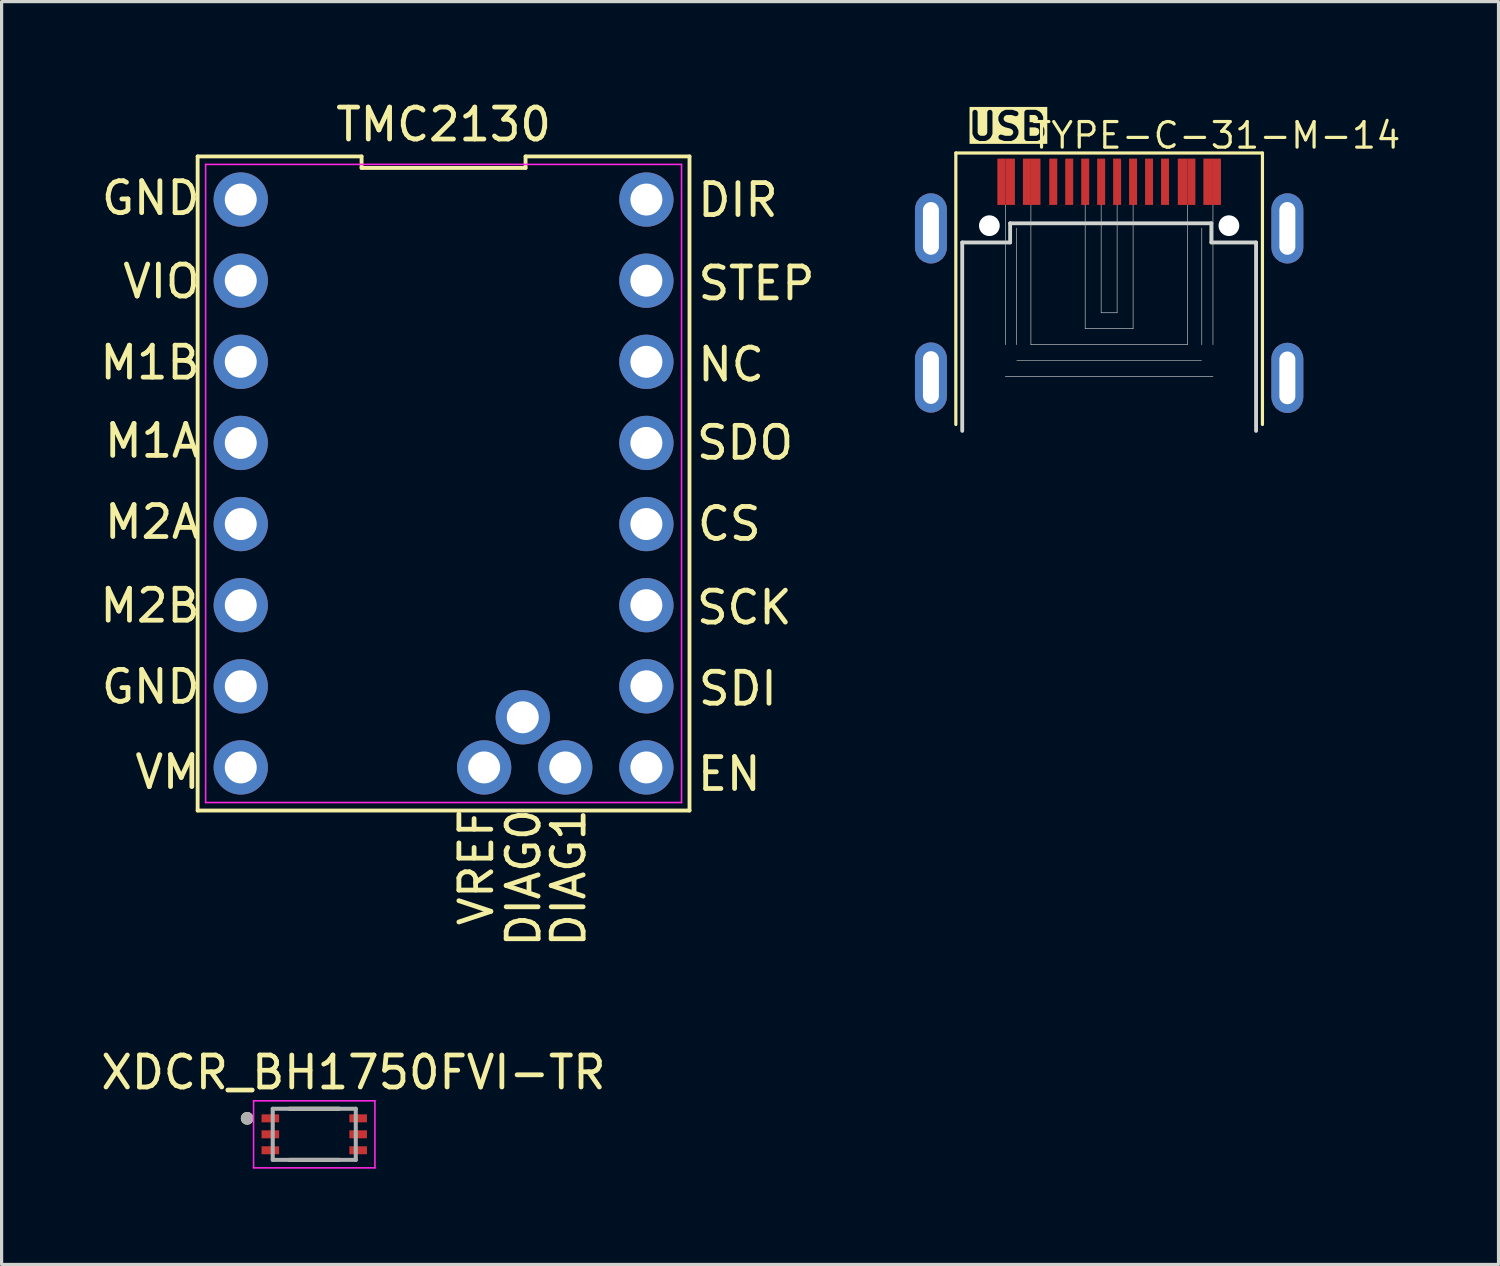
<source format=kicad_pcb>
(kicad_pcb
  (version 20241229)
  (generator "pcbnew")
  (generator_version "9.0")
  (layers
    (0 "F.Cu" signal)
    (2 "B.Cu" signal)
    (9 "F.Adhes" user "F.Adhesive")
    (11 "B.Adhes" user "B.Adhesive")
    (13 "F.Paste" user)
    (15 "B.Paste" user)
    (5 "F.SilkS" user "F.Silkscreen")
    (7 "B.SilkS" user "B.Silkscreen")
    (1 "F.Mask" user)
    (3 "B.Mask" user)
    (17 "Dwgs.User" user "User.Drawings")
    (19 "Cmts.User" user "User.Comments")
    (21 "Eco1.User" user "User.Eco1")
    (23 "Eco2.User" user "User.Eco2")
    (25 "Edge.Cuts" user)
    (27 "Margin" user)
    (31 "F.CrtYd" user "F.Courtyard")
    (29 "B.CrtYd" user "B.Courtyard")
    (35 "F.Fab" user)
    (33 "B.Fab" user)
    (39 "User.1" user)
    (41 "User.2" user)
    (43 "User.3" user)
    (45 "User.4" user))
  (footprint "TMC2130"
    (layer "F.Cu")
    (at 11.648 11.278)
    (property "Reference" "TMC2130" (at -0.81 -10.43 0) (layer "F.SilkS") (effects (font (size 1 1) (thickness 0.15))))
    (fp_line (start -8.51 11.05) (end 6.89 11.05) (stroke (width 0.12) (type default)) (layer "F.SilkS"))
    (fp_line (start -8.51 -9.43) (end -8.51 11.05) (stroke (width 0.12) (type default)) (layer "F.SilkS"))
    (fp_line (start -3.377 -9.43) (end -8.51 -9.43) (stroke (width 0.12) (type default)) (layer "F.SilkS"))
    (fp_line (start -3.377 -9.07) (end -3.377 -9.43) (stroke (width 0.12) (type default)) (layer "F.SilkS"))
    (fp_line (start 1.757 -9.43) (end 1.757 -9.07) (stroke (width 0.12) (type default)) (layer "F.SilkS"))
    (fp_line (start 1.757 -9.07) (end -3.377 -9.07) (stroke (width 0.12) (type default)) (layer "F.SilkS"))
    (fp_line (start 6.89 11.05) (end 6.89 -9.43) (stroke (width 0.12) (type default)) (layer "F.SilkS"))
    (fp_line (start 6.89 -9.43) (end 1.757 -9.43) (stroke (width 0.12) (type default)) (layer "F.SilkS"))
    (fp_line (start -8.26 -9.18) (end 6.64 -9.18) (stroke (width 0.05) (type default)) (layer "F.CrtYd"))
    (fp_line (start -8.26 10.8) (end -8.26 -9.18) (stroke (width 0.05) (type default)) (layer "F.CrtYd"))
    (fp_line (start 6.64 -9.18) (end 6.64 10.8) (stroke (width 0.05) (type default)) (layer "F.CrtYd"))
    (fp_line (start 6.64 10.8) (end -8.26 10.8) (stroke (width 0.05) (type default)) (layer "F.CrtYd"))
    (fp_text user "DIAG1" (at 3.69 15.4 90) (unlocked yes) (layer "F.SilkS") (effects (font (size 1 1) (thickness 0.15)) (justify left bottom)))
    (fp_text user "SDO" (at 7.03 0.12 0) (unlocked yes) (layer "F.SilkS") (effects (font (size 1 1) (thickness 0.15)) (justify left bottom)))
    (fp_text user "M2A" (at -11.505 2.6 0) (unlocked yes) (layer "F.SilkS") (effects (font (size 1 1) (thickness 0.15)) (justify left bottom)))
    (fp_text user "M2B" (at -11.648 5.22 0) (unlocked yes) (layer "F.SilkS") (effects (font (size 1 1) (thickness 0.15)) (justify left bottom)))
    (fp_text user "EN" (at 7.06 10.49 0) (unlocked yes) (layer "F.SilkS") (effects (font (size 1 1) (thickness 0.15)) (justify left bottom)))
    (fp_text user "VREF" (at 0.8 14.733 90) (unlocked yes) (layer "F.SilkS") (effects (font (size 1 1) (thickness 0.15)) (justify left bottom)))
    (fp_text user "NC" (at 7.07 -2.33 0) (unlocked yes) (layer "F.SilkS") (effects (font (size 1 1) (thickness 0.15)) (justify left bottom)))
    (fp_text user "CS" (at 7.06 2.66 0) (unlocked yes) (layer "F.SilkS") (effects (font (size 1 1) (thickness 0.15)) (justify left bottom)))
    (fp_text user "GND" (at -11.6 -7.54 0) (unlocked yes) (layer "F.SilkS") (effects (font (size 1 1) (thickness 0.15)) (justify left bottom)))
    (fp_text user "M1B" (at -11.648 -2.39 0) (unlocked yes) (layer "F.SilkS") (effects (font (size 1 1) (thickness 0.15)) (justify left bottom)))
    (fp_text user "M1A" (at -11.505 0.06 0) (unlocked yes) (layer "F.SilkS") (effects (font (size 1 1) (thickness 0.15)) (justify left bottom)))
    (fp_text user "VM" (at -10.552 10.43 0) (unlocked yes) (layer "F.SilkS") (effects (font (size 1 1) (thickness 0.15)) (justify left bottom)))
    (fp_text user "STEP" (at 7.08 -4.87 0) (unlocked yes) (layer "F.SilkS") (effects (font (size 1 1) (thickness 0.15)) (justify left bottom)))
    (fp_text user "SDI" (at 7.09 7.82 0) (unlocked yes) (layer "F.SilkS") (effects (font (size 1 1) (thickness 0.15)) (justify left bottom)))
    (fp_text user "GND" (at -11.6 7.76 0) (unlocked yes) (layer "F.SilkS") (effects (font (size 1 1) (thickness 0.15)) (justify left bottom)))
    (fp_text user "DIAG0" (at 2.28 15.4 90) (unlocked yes) (layer "F.SilkS") (effects (font (size 1 1) (thickness 0.15)) (justify left bottom)))
    (fp_text user "DIR" (at 7.07 -7.48 0) (unlocked yes) (layer "F.SilkS") (effects (font (size 1 1) (thickness 0.15)) (justify left bottom)))
    (fp_text user "SCK" (at 7.03 5.28 0) (unlocked yes) (layer "F.SilkS") (effects (font (size 1 1) (thickness 0.15)) (justify left bottom)))
    (fp_text user "VIO" (at -10.933 -4.93 0) (unlocked yes) (layer "F.SilkS") (effects (font (size 1 1) (thickness 0.15)) (justify left bottom)))
    (pad "1" thru_hole circle (at -7.16 -8.08 270) (size 1.7 1.7) (drill 1) (layers "*.Cu" "*.Mask"))
    (pad "2" thru_hole circle (at -7.16 -5.54 270) (size 1.7 1.7) (drill 1) (layers "*.Cu" "*.Mask"))
    (pad "3" thru_hole circle (at -7.16 -3 270) (size 1.7 1.7) (drill 1) (layers "*.Cu" "*.Mask"))
    (pad "4" thru_hole circle (at -7.16 -0.46 270) (size 1.7 1.7) (drill 1) (layers "*.Cu" "*.Mask"))
    (pad "5" thru_hole circle (at -7.16 2.08 270) (size 1.7 1.7) (drill 1) (layers "*.Cu" "*.Mask"))
    (pad "6" thru_hole circle (at -7.16 4.62 270) (size 1.7 1.7) (drill 1) (layers "*.Cu" "*.Mask"))
    (pad "7" thru_hole circle (at -7.16 7.16 270) (size 1.7 1.7) (drill 1) (layers "*.Cu" "*.Mask"))
    (pad "8" thru_hole circle (at -7.16 9.7 270) (size 1.7 1.7) (drill 1) (layers "*.Cu" "*.Mask"))
    (pad "9" thru_hole circle (at 5.54 9.7 270) (size 1.7 1.7) (drill 1) (layers "*.Cu" "*.Mask"))
    (pad "10" thru_hole circle (at 5.54 7.16 270) (size 1.7 1.7) (drill 1) (layers "*.Cu" "*.Mask"))
    (pad "11" thru_hole circle (at 5.54 4.62 270) (size 1.7 1.7) (drill 1) (layers "*.Cu" "*.Mask"))
    (pad "12" thru_hole circle (at 5.54 2.08 270) (size 1.7 1.7) (drill 1) (layers "*.Cu" "*.Mask"))
    (pad "13" thru_hole circle (at 5.54 -0.46 270) (size 1.7 1.7) (drill 1) (layers "*.Cu" "*.Mask"))
    (pad "14" thru_hole circle (at 5.54 -3 270) (size 1.7 1.7) (drill 1) (layers "*.Cu" "*.Mask"))
    (pad "15" thru_hole circle (at 5.54 -5.54 270) (size 1.7 1.7) (drill 1) (layers "*.Cu" "*.Mask"))
    (pad "16" thru_hole circle (at 5.54 -8.08 270) (size 1.7 1.7) (drill 1) (layers "*.Cu" "*.Mask"))
    (pad "17" thru_hole circle (at 3 9.7 270) (size 1.7 1.7) (drill 1) (layers "*.Cu" "*.Mask"))
    (pad "18" thru_hole circle (at 1.67 8.13 270) (size 1.7 1.7) (drill 1) (layers "*.Cu" "*.Mask"))
    (pad "19" thru_hole circle (at 0.46 9.7 270) (size 1.7 1.7) (drill 1) (layers "*.Cu" "*.Mask")))
  (footprint "TYPE-C-31-M-14"
    (layer "F.Cu")
    (at 31.677 7.741)
    (property "Reference" "TYPE-C-31-M-14" (at 3.35 -6.55 180) (layer "F.SilkS") (effects (font (size 0.8 0.8) (thickness 0.1))))
    (attr smd)
    (fp_line (start -4.8 -6) (end -4.8 2.5) (stroke (width 0.1) (type solid)) (layer "F.SilkS"))
    (fp_line (start 4.8 -6) (end -4.8 -6) (stroke (width 0.1) (type solid)) (layer "F.SilkS"))
    (fp_line (start 4.8 -6) (end 4.8 2.5) (stroke (width 0.1) (type solid)) (layer "F.SilkS"))
    (fp_line (start -3.25 -4.37) (end -3.25 0) (stroke (width 0.02) (type solid)) (layer "Dwgs.User"))
    (fp_line (start -3.25 1) (end 3.25 1) (stroke (width 0.02) (type solid)) (layer "Dwgs.User"))
    (fp_line (start -2.9 -3.65) (end -2.9 0) (stroke (width 0.02) (type solid)) (layer "Dwgs.User"))
    (fp_line (start -2.89 0.5) (end 2.89 0.5) (stroke (width 0.02) (type solid)) (layer "Dwgs.User"))
    (fp_line (start -2.45 -4.37) (end -2.45 0) (stroke (width 0.02) (type solid)) (layer "Dwgs.User"))
    (fp_line (start -2.45 0) (end 2.45 0) (stroke (width 0.02) (type solid)) (layer "Dwgs.User"))
    (fp_line (start -0.75 -4.37) (end -0.75 -0.5) (stroke (width 0.02) (type solid)) (layer "Dwgs.User"))
    (fp_line (start -0.75 -0.5) (end 0.75 -0.5) (stroke (width 0.02) (type solid)) (layer "Dwgs.User"))
    (fp_line (start -0.25 -4.37) (end -0.25 -1) (stroke (width 0.02) (type solid)) (layer "Dwgs.User"))
    (fp_line (start -0.25 -1) (end 0.25 -1) (stroke (width 0.02) (type solid)) (layer "Dwgs.User"))
    (fp_line (start 0.25 -4.37) (end 0.25 -1) (stroke (width 0.02) (type solid)) (layer "Dwgs.User"))
    (fp_line (start 0.75 -4.37) (end 0.75 -0.5) (stroke (width 0.02) (type solid)) (layer "Dwgs.User"))
    (fp_line (start 2.45 -4.37) (end 2.45 0) (stroke (width 0.02) (type solid)) (layer "Dwgs.User"))
    (fp_line (start 2.9 -3.65) (end 2.9 0) (stroke (width 0.02) (type solid)) (layer "Dwgs.User"))
    (fp_line (start 3.25 -4.37) (end 3.25 0) (stroke (width 0.02) (type solid)) (layer "Dwgs.User"))
    (fp_line (start -4.6 -3.2) (end -4.6 2.7) (stroke (width 0.12) (type solid)) (layer "Edge.Cuts"))
    (fp_line (start -3.1 -3.8) (end -3.1 -3.2) (stroke (width 0.12) (type solid)) (layer "Edge.Cuts"))
    (fp_line (start -3.1 -3.2) (end -4.6 -3.2) (stroke (width 0.12) (type solid)) (layer "Edge.Cuts"))
    (fp_line (start 3.2 -3.8) (end -3.1 -3.8) (stroke (width 0.12) (type solid)) (layer "Edge.Cuts"))
    (fp_line (start 3.2 -3.2) (end 3.2 -3.8) (stroke (width 0.12) (type solid)) (layer "Edge.Cuts"))
    (fp_line (start 4.6 -3.2) (end 3.2 -3.2) (stroke (width 0.12) (type solid)) (layer "Edge.Cuts"))
    (fp_line (start 4.6 2.7) (end 4.6 -3.2) (stroke (width 0.12) (type solid)) (layer "Edge.Cuts"))
    (fp_text user "USB" (at -4.5 -6.35 0) (unlocked yes) (layer "F.SilkS" knockout) (effects (font (size 0.813 0.813) (thickness 0.163) (bold yes)) (justify left bottom)))
    (pad "" np_thru_hole circle (at -3.75 -3.725) (size 0.65 0.65) (drill 0.65) (layers "*.Cu" "*.Mask"))
    (pad "" np_thru_hole circle (at 3.75 -3.725) (size 0.65 0.65) (drill 0.65) (layers "*.Cu" "*.Mask"))
    (pad "A1" smd rect (at -3.375 -5.1) (size 0.25 1.45) (layers "F.Cu" "F.Mask" "F.Paste"))
    (pad "A4" smd rect (at -2.575 -5.1) (size 0.25 1.45) (layers "F.Cu" "F.Mask" "F.Paste"))
    (pad "A5" smd rect (at -1.25 -5.1) (size 0.25 1.45) (layers "F.Cu" "F.Mask" "F.Paste"))
    (pad "A6" smd rect (at -0.25 -5.1) (size 0.25 1.45) (layers "F.Cu" "F.Mask" "F.Paste"))
    (pad "A7" smd rect (at 0.25 -5.1) (size 0.25 1.45) (layers "F.Cu" "F.Mask" "F.Paste"))
    (pad "A8" smd rect (at 1.25 -5.1) (size 0.25 1.45) (layers "F.Cu" "F.Mask" "F.Paste"))
    (pad "A9" smd rect (at 2.575 -5.1) (size 0.25 1.45) (layers "F.Cu" "F.Mask" "F.Paste"))
    (pad "A12" smd rect (at 3.375 -5.1) (size 0.25 1.45) (layers "F.Cu" "F.Mask" "F.Paste"))
    (pad "B1" smd rect (at 3.1 -5.1) (size 0.3 1.45) (layers "F.Cu" "F.Mask" "F.Paste"))
    (pad "B4" smd rect (at 2.3 -5.1) (size 0.3 1.45) (layers "F.Cu" "F.Mask" "F.Paste"))
    (pad "B5" smd rect (at 1.75 -5.1) (size 0.25 1.45) (layers "F.Cu" "F.Mask" "F.Paste"))
    (pad "B6" smd rect (at 0.75 -5.1) (size 0.25 1.45) (layers "F.Cu" "F.Mask" "F.Paste"))
    (pad "B7" smd rect (at -0.75 -5.1) (size 0.25 1.45) (layers "F.Cu" "F.Mask" "F.Paste"))
    (pad "B8" smd rect (at -1.75 -5.1) (size 0.25 1.45) (layers "F.Cu" "F.Mask" "F.Paste"))
    (pad "B9" smd rect (at -2.3 -5.1) (size 0.3 1.45) (layers "F.Cu" "F.Mask" "F.Paste"))
    (pad "B12" smd rect (at -3.1 -5.1) (size 0.3 1.45) (layers "F.Cu" "F.Mask" "F.Paste"))
    (pad "S1" thru_hole roundrect (at -5.58 -3.64) (size 1 2.2) (drill oval 0.5 1.65) (layers "*.Cu" "*.Mask") (roundrect_rratio 0.5))
    (pad "S1" thru_hole roundrect (at -5.58 1.03) (size 1 2.2) (drill oval 0.5 1.65) (layers "*.Cu" "*.Mask") (roundrect_rratio 0.5))
    (pad "S1" thru_hole roundrect (at 5.58 -3.64) (size 1 2.2) (drill oval 0.5 1.65) (layers "*.Cu" "*.Mask") (roundrect_rratio 0.5))
    (pad "S1" thru_hole roundrect (at 5.58 1.04) (size 1 2.2) (drill oval 0.5 1.65) (layers "*.Cu" "*.Mask") (roundrect_rratio 0.5)))
  (footprint "XDCR_BH1750FVI-TR"
    (layer "F.Cu")
    (at 6.789 32.465)
    (property "Reference" "XDCR_BH1750FVI-TR" (at 1.227 -1.937 0) (layer "F.SilkS") (effects (font (size 1.001 1.001) (thickness 0.15))))
    (attr smd)
    (fp_line (start -0.78 0.8) (end 0.78 0.8) (stroke (width 0.127) (type solid)) (layer "F.SilkS"))
    (fp_line (start 0.78 -0.8) (end -0.78 -0.8) (stroke (width 0.127) (type solid)) (layer "F.SilkS"))
    (fp_circle (center -2.1 -0.5) (end -2 -0.5) (stroke (width 0.2) (type solid)) (fill no) (layer "F.SilkS"))
    (fp_line (start -1.9 -1.05) (end 1.9 -1.05) (stroke (width 0.05) (type solid)) (layer "F.CrtYd"))
    (fp_line (start -1.9 1.05) (end -1.9 -1.05) (stroke (width 0.05) (type solid)) (layer "F.CrtYd"))
    (fp_line (start 1.9 -1.05) (end 1.9 1.05) (stroke (width 0.05) (type solid)) (layer "F.CrtYd"))
    (fp_line (start 1.9 1.05) (end -1.9 1.05) (stroke (width 0.05) (type solid)) (layer "F.CrtYd"))
    (fp_line (start -1.3 -0.8) (end -1.3 0.8) (stroke (width 0.127) (type solid)) (layer "F.Fab"))
    (fp_line (start -1.3 0.8) (end 1.3 0.8) (stroke (width 0.127) (type solid)) (layer "F.Fab"))
    (fp_line (start 1.3 -0.8) (end -1.3 -0.8) (stroke (width 0.127) (type solid)) (layer "F.Fab"))
    (fp_line (start 1.3 0.8) (end 1.3 -0.8) (stroke (width 0.127) (type solid)) (layer "F.Fab"))
    (fp_circle (center -2.1 -0.5) (end -2 -0.5) (stroke (width 0.2) (type solid)) (fill no) (layer "F.Fab"))
    (pad "1" smd rect (at -1.375 -0.5) (size 0.55 0.25) (layers "F.Cu" "F.Mask" "F.Paste"))
    (pad "2" smd rect (at -1.375 0) (size 0.55 0.25) (layers "F.Cu" "F.Mask" "F.Paste"))
    (pad "3" smd rect (at -1.375 0.5) (size 0.55 0.25) (layers "F.Cu" "F.Mask" "F.Paste"))
    (pad "4" smd rect (at 1.375 0.5) (size 0.55 0.25) (layers "F.Cu" "F.Mask" "F.Paste"))
    (pad "5" smd rect (at 1.375 0) (size 0.55 0.25) (layers "F.Cu" "F.Mask" "F.Paste"))
    (pad "6" smd rect (at 1.375 -0.5) (size 0.55 0.25) (layers "F.Cu" "F.Mask" "F.Paste")))
  (gr_rect
    (start -3 -3)
    (end 43.868 36.54)
    (stroke (width 0.1) (type default))
    (fill no)
    (layer "Edge.Cuts")))
</source>
